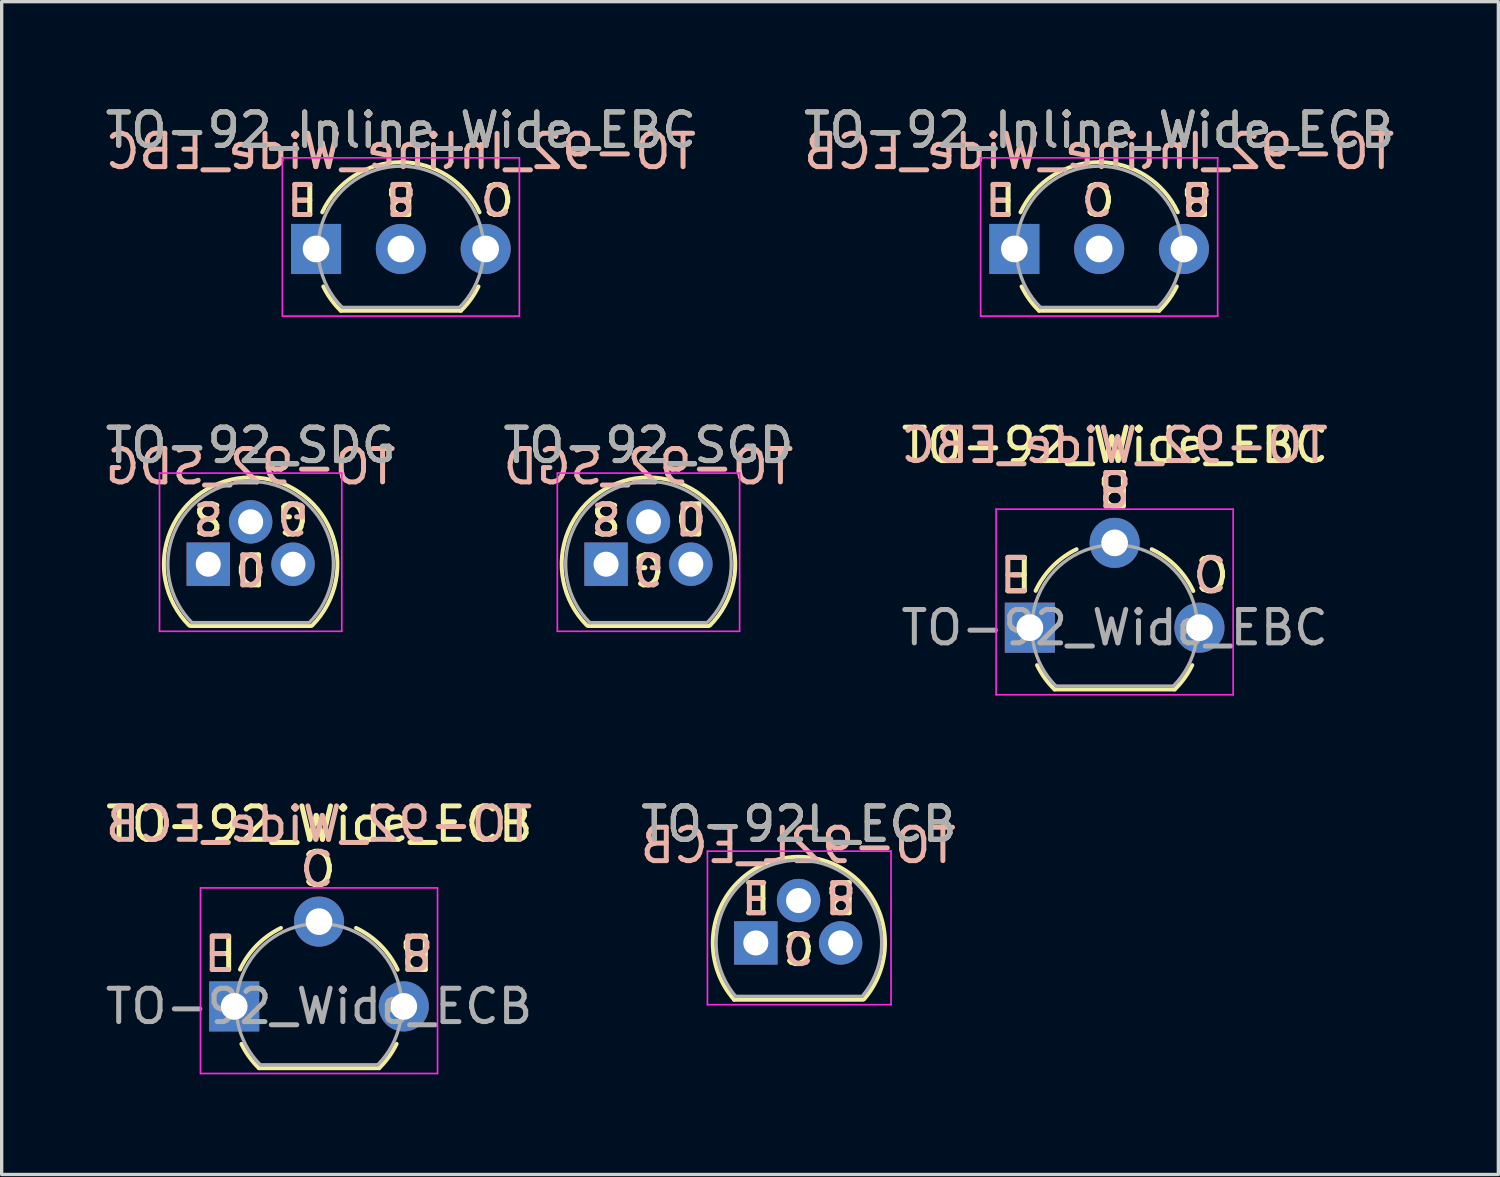
<source format=kicad_pcb>
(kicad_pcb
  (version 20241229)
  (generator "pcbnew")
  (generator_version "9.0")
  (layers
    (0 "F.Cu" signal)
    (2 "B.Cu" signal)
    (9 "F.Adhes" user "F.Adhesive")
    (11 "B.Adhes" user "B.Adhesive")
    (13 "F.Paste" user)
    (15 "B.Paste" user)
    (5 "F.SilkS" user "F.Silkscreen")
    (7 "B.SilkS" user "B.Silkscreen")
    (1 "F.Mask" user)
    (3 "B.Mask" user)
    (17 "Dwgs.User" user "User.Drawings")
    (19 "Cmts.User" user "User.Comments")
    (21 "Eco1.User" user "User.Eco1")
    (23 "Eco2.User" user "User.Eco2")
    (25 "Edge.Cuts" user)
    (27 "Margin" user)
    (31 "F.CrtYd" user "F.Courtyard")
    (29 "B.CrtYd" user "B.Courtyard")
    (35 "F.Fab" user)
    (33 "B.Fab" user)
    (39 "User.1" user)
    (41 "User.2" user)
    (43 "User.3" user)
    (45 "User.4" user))
  (footprint "TO-92_Wide_ECB"
    (layer "F.Cu")
    (at 3.966 27.097)
    (property "Reference" "TO-92_Wide_ECB" (at 2.55 -5.461 0) (layer "F.SilkS") (effects (font (size 1 1) (thickness 0.15))))
    (fp_line (start 0.74 1.85) (end 4.34 1.85) (stroke (width 0.12) (type solid)) (layer "F.SilkS"))
    (fp_arc (start 0.172801 -1.103842) (mid 0.678995 -1.832692) (end 1.4 -2.35) (stroke (width 0.12) (type solid)) (layer "F.SilkS"))
    (fp_arc (start 0.74 1.85) (mid 0.446097 1.509328) (end 0.215816 1.122795) (stroke (width 0.12) (type solid)) (layer "F.SilkS"))
    (fp_arc (start 3.65 -2.35) (mid 4.382279 -1.833196) (end 4.895458 -1.098371) (stroke (width 0.12) (type solid)) (layer "F.SilkS"))
    (fp_arc (start 4.864184 1.122795) (mid 4.633903 1.509328) (end 4.34 1.85) (stroke (width 0.12) (type solid)) (layer "F.SilkS"))
    (fp_line (start -1.01 -3.55) (end -1.01 2.01) (stroke (width 0.05) (type solid)) (layer "F.CrtYd"))
    (fp_line (start -1.01 -3.55) (end 6.09 -3.55) (stroke (width 0.05) (type solid)) (layer "F.CrtYd"))
    (fp_line (start 6.09 2.01) (end -1.01 2.01) (stroke (width 0.05) (type solid)) (layer "F.CrtYd"))
    (fp_line (start 6.09 2.01) (end 6.09 -3.55) (stroke (width 0.05) (type solid)) (layer "F.CrtYd"))
    (fp_line (start 0.8 1.75) (end 4.3 1.75) (stroke (width 0.1) (type solid)) (layer "F.Fab"))
    (fp_arc (start 0.786375 1.753625) (mid 0.248779 -0.949055) (end 2.54 -2.48) (stroke (width 0.1) (type solid)) (layer "F.Fab"))
    (fp_arc (start 2.54 -2.48) (mid 4.831221 -0.949055) (end 4.293625 1.753625) (stroke (width 0.1) (type solid)) (layer "F.Fab"))
    (fp_text user "E" (at -0.381 -1.651 180) (unlocked yes) (layer "F.SilkS") (effects (font (size 1 1) (thickness 0.15))))
    (fp_text user "C" (at 2.54 -4.191 180) (unlocked yes) (layer "F.SilkS") (effects (font (size 1 1) (thickness 0.15))))
    (fp_text user "B" (at 5.461 -1.651 180) (unlocked yes) (layer "F.SilkS") (effects (font (size 1 1) (thickness 0.15))))
    (fp_text user "C" (at 2.477 -4.191 180) (unlocked yes) (layer "B.SilkS") (effects (font (size 1 1) (thickness 0.15)) (justify mirror)))
    (fp_text user "${REFERENCE}" (at 2.54 -5.461 0) (layer "B.SilkS") (effects (font (size 1 1) (thickness 0.15)) (justify mirror)))
    (fp_text user "B" (at 5.461 -1.651 180) (unlocked yes) (layer "B.SilkS") (effects (font (size 1 1) (thickness 0.15)) (justify mirror)))
    (fp_text user "E" (at -0.445 -1.651 180) (unlocked yes) (layer "B.SilkS") (effects (font (size 1 1) (thickness 0.15)) (justify mirror)))
    (fp_text user "${REFERENCE}" (at 2.54 0 0) (layer "F.Fab") (effects (font (size 1 1) (thickness 0.15))))
    (pad "1" thru_hole rect (at 0 0 90) (size 1.5 1.5) (drill 0.8) (layers "*.Cu" "*.Mask"))
    (pad "2" thru_hole circle (at 2.54 -2.54 90) (size 1.5 1.5) (drill 0.8) (layers "*.Cu" "*.Mask"))
    (pad "3" thru_hole circle (at 5.08 0 90) (size 1.5 1.5) (drill 0.8) (layers "*.Cu" "*.Mask")))
  (footprint "TO-92_SGD"
    (layer "F.Cu")
    (at 15.105 13.851)
    (property "Reference" "TO-92_SGD" (at 1.27 -3.56 0) (layer "F.SilkS") (effects (font (size 1 1) (thickness 0.15))))
    (fp_line (start -0.53 1.85) (end 3.07 1.85) (stroke (width 0.12) (type solid)) (layer "F.SilkS"))
    (fp_arc (start -0.568478 1.838478) (mid -1.132087 -0.994977) (end 1.27 -2.6) (stroke (width 0.12) (type solid)) (layer "F.SilkS"))
    (fp_arc (start 1.27 -2.6) (mid 3.672087 -0.994977) (end 3.108478 1.838478) (stroke (width 0.12) (type solid)) (layer "F.SilkS"))
    (fp_line (start -1.46 -2.73) (end -1.46 2.01) (stroke (width 0.05) (type solid)) (layer "F.CrtYd"))
    (fp_line (start -1.46 -2.73) (end 4 -2.73) (stroke (width 0.05) (type solid)) (layer "F.CrtYd"))
    (fp_line (start 4 2.01) (end -1.46 2.01) (stroke (width 0.05) (type solid)) (layer "F.CrtYd"))
    (fp_line (start 4 2.01) (end 4 -2.73) (stroke (width 0.05) (type solid)) (layer "F.CrtYd"))
    (fp_line (start -0.5 1.75) (end 3 1.75) (stroke (width 0.1) (type solid)) (layer "F.Fab"))
    (fp_arc (start -0.483625 1.753625) (mid -1.021221 -0.949055) (end 1.27 -2.48) (stroke (width 0.1) (type solid)) (layer "F.Fab"))
    (fp_arc (start 1.27 -2.48) (mid 3.561221 -0.949055) (end 3.023625 1.753625) (stroke (width 0.1) (type solid)) (layer "F.Fab"))
    (fp_text user "D" (at 2.54 -1.397 180) (unlocked yes) (layer "F.SilkS") (effects (font (size 0.9 0.9) (thickness 0.15))))
    (fp_text user "G" (at 1.27 0.127 180) (unlocked yes) (layer "F.SilkS") (effects (font (size 0.9 0.9) (thickness 0.15))))
    (fp_text user "S" (at 0 -1.397 180) (unlocked yes) (layer "F.SilkS") (effects (font (size 0.9 0.9) (thickness 0.15))))
    (fp_text user "S" (at 0 -1.397 180) (unlocked yes) (layer "B.SilkS") (effects (font (size 0.9 0.9) (thickness 0.15)) (justify mirror)))
    (fp_text user "G" (at 1.27 0.127 180) (unlocked yes) (layer "B.SilkS") (effects (font (size 0.9 0.9) (thickness 0.15)) (justify mirror)))
    (fp_text user "D" (at 2.54 -1.397 180) (unlocked yes) (layer "B.SilkS") (effects (font (size 0.9 0.9) (thickness 0.15)) (justify mirror)))
    (fp_text user "${REFERENCE}" (at 1.27 -2.921 0) (layer "B.SilkS") (effects (font (size 1 1) (thickness 0.15)) (justify mirror)))
    (fp_text user "${REFERENCE}" (at 1.27 -3.56 0) (layer "F.Fab") (effects (font (size 1 1) (thickness 0.15))))
    (pad "1" thru_hole rect (at 0 0 90) (size 1.3 1.3) (drill 0.75) (layers "*.Cu" "*.Mask"))
    (pad "2" thru_hole circle (at 1.27 -1.27 90) (size 1.3 1.3) (drill 0.75) (layers "*.Cu" "*.Mask"))
    (pad "3" thru_hole circle (at 2.54 0 90) (size 1.3 1.3) (drill 0.75) (layers "*.Cu" "*.Mask")))
  (footprint "TO-92_SDG"
    (layer "F.Cu")
    (at 3.188 13.851)
    (property "Reference" "TO-92_SDG" (at 1.27 -3.56 0) (layer "F.SilkS") (effects (font (size 1 1) (thickness 0.15))))
    (fp_line (start -0.53 1.85) (end 3.07 1.85) (stroke (width 0.12) (type solid)) (layer "F.SilkS"))
    (fp_arc (start -0.568478 1.838478) (mid -1.132087 -0.994977) (end 1.27 -2.6) (stroke (width 0.12) (type solid)) (layer "F.SilkS"))
    (fp_arc (start 1.27 -2.6) (mid 3.672087 -0.994977) (end 3.108478 1.838478) (stroke (width 0.12) (type solid)) (layer "F.SilkS"))
    (fp_line (start -1.46 -2.73) (end -1.46 2.01) (stroke (width 0.05) (type solid)) (layer "F.CrtYd"))
    (fp_line (start -1.46 -2.73) (end 4 -2.73) (stroke (width 0.05) (type solid)) (layer "F.CrtYd"))
    (fp_line (start 4 2.01) (end -1.46 2.01) (stroke (width 0.05) (type solid)) (layer "F.CrtYd"))
    (fp_line (start 4 2.01) (end 4 -2.73) (stroke (width 0.05) (type solid)) (layer "F.CrtYd"))
    (fp_line (start -0.5 1.75) (end 3 1.75) (stroke (width 0.1) (type solid)) (layer "F.Fab"))
    (fp_arc (start -0.483625 1.753625) (mid -1.021221 -0.949055) (end 1.27 -2.48) (stroke (width 0.1) (type solid)) (layer "F.Fab"))
    (fp_arc (start 1.27 -2.48) (mid 3.561221 -0.949055) (end 3.023625 1.753625) (stroke (width 0.1) (type solid)) (layer "F.Fab"))
    (fp_text user "G" (at 2.54 -1.397 180) (unlocked yes) (layer "F.SilkS") (effects (font (size 0.9 0.9) (thickness 0.15))))
    (fp_text user "D" (at 1.27 0.127 180) (unlocked yes) (layer "F.SilkS") (effects (font (size 0.9 0.9) (thickness 0.15))))
    (fp_text user "S" (at 0 -1.397 180) (unlocked yes) (layer "F.SilkS") (effects (font (size 0.9 0.9) (thickness 0.15))))
    (fp_text user "G" (at 2.54 -1.397 180) (unlocked yes) (layer "B.SilkS") (effects (font (size 0.9 0.9) (thickness 0.15)) (justify mirror)))
    (fp_text user "${REFERENCE}" (at 1.27 -2.921 0) (layer "B.SilkS") (effects (font (size 1 1) (thickness 0.15)) (justify mirror)))
    (fp_text user "D" (at 1.27 0.127 180) (unlocked yes) (layer "B.SilkS") (effects (font (size 0.9 0.9) (thickness 0.15)) (justify mirror)))
    (fp_text user "S" (at 0 -1.397 180) (unlocked yes) (layer "B.SilkS") (effects (font (size 0.9 0.9) (thickness 0.15)) (justify mirror)))
    (fp_text user "${REFERENCE}" (at 1.27 -3.56 0) (layer "F.Fab") (effects (font (size 1 1) (thickness 0.15))))
    (pad "1" thru_hole rect (at 0 0 90) (size 1.3 1.3) (drill 0.75) (layers "*.Cu" "*.Mask"))
    (pad "2" thru_hole circle (at 1.27 -1.27 90) (size 1.3 1.3) (drill 0.75) (layers "*.Cu" "*.Mask"))
    (pad "3" thru_hole circle (at 2.54 0 90) (size 1.3 1.3) (drill 0.75) (layers "*.Cu" "*.Mask")))
  (footprint "TO-92_Inline_Wide_EBC"
    (layer "F.Cu")
    (at 6.418 4.408)
    (property "Reference" "TO-92_Inline_Wide_EBC" (at 2.54 -3.56 0) (layer "F.SilkS") (effects (font (size 1 1) (thickness 0.15))))
    (fp_line (start 0.74 1.85) (end 4.34 1.85) (stroke (width 0.12) (type solid)) (layer "F.SilkS"))
    (fp_arc (start 0.1836 -1.098807) (mid 1.143021 -2.192817) (end 2.54 -2.6) (stroke (width 0.12) (type solid)) (layer "F.SilkS"))
    (fp_arc (start 0.74 1.85) (mid 0.446097 1.509328) (end 0.215816 1.122795) (stroke (width 0.12) (type solid)) (layer "F.SilkS"))
    (fp_arc (start 2.54 -2.6) (mid 3.936979 -2.192818) (end 4.8964 -1.098807) (stroke (width 0.12) (type solid)) (layer "F.SilkS"))
    (fp_arc (start 4.864184 1.122795) (mid 4.633903 1.509328) (end 4.34 1.85) (stroke (width 0.12) (type solid)) (layer "F.SilkS"))
    (fp_line (start -1.01 -2.73) (end -1.01 2.01) (stroke (width 0.05) (type solid)) (layer "F.CrtYd"))
    (fp_line (start -1.01 -2.73) (end 6.09 -2.73) (stroke (width 0.05) (type solid)) (layer "F.CrtYd"))
    (fp_line (start 6.09 2.01) (end -1.01 2.01) (stroke (width 0.05) (type solid)) (layer "F.CrtYd"))
    (fp_line (start 6.09 2.01) (end 6.09 -2.73) (stroke (width 0.05) (type solid)) (layer "F.CrtYd"))
    (fp_line (start 0.8 1.75) (end 4.3 1.75) (stroke (width 0.1) (type solid)) (layer "F.Fab"))
    (fp_arc (start 0.786375 1.753625) (mid 0.248779 -0.949055) (end 2.54 -2.48) (stroke (width 0.1) (type solid)) (layer "F.Fab"))
    (fp_arc (start 2.54 -2.48) (mid 4.831221 -0.949055) (end 4.293625 1.753625) (stroke (width 0.1) (type solid)) (layer "F.Fab"))
    (fp_text user "B" (at 2.54 -1.524 180) (unlocked yes) (layer "F.SilkS") (effects (font (size 0.9 0.9) (thickness 0.15))))
    (fp_text user "C" (at 5.461 -1.524 180) (unlocked yes) (layer "F.SilkS") (effects (font (size 0.9 0.9) (thickness 0.15))))
    (fp_text user "E" (at -0.381 -1.524 180) (unlocked yes) (layer "F.SilkS") (effects (font (size 0.9 0.9) (thickness 0.15))))
    (fp_text user "B" (at 2.54 -1.524 180) (unlocked yes) (layer "B.SilkS") (effects (font (size 0.9 0.9) (thickness 0.15)) (justify mirror)))
    (fp_text user "E" (at -0.445 -1.524 180) (unlocked yes) (layer "B.SilkS") (effects (font (size 0.9 0.9) (thickness 0.15)) (justify mirror)))
    (fp_text user "${REFERENCE}" (at 2.54 -2.921 0) (layer "B.SilkS") (effects (font (size 1 1) (thickness 0.15)) (justify mirror)))
    (fp_text user "C" (at 5.397 -1.524 180) (unlocked yes) (layer "B.SilkS") (effects (font (size 0.9 0.9) (thickness 0.15)) (justify mirror)))
    (fp_text user "${REFERENCE}" (at 2.54 -3.56 0) (layer "F.Fab") (effects (font (size 1 1) (thickness 0.15))))
    (pad "1" thru_hole rect (at 0 0 90) (size 1.5 1.5) (drill 0.8) (layers "*.Cu" "*.Mask"))
    (pad "2" thru_hole circle (at 2.54 0 90) (size 1.5 1.5) (drill 0.8) (layers "*.Cu" "*.Mask"))
    (pad "3" thru_hole circle (at 5.08 0 90) (size 1.5 1.5) (drill 0.8) (layers "*.Cu" "*.Mask")))
  (footprint "TO-92_Wide_EBC"
    (layer "F.Cu")
    (at 27.799 15.752)
    (property "Reference" "TO-92_Wide_EBC" (at 2.55 -5.461 0) (layer "F.SilkS") (effects (font (size 1 1) (thickness 0.15))))
    (fp_line (start 0.74 1.85) (end 4.34 1.85) (stroke (width 0.12) (type solid)) (layer "F.SilkS"))
    (fp_arc (start 0.172801 -1.103842) (mid 0.678995 -1.832692) (end 1.4 -2.35) (stroke (width 0.12) (type solid)) (layer "F.SilkS"))
    (fp_arc (start 0.74 1.85) (mid 0.446097 1.509328) (end 0.215816 1.122795) (stroke (width 0.12) (type solid)) (layer "F.SilkS"))
    (fp_arc (start 3.65 -2.35) (mid 4.382279 -1.833196) (end 4.895458 -1.098371) (stroke (width 0.12) (type solid)) (layer "F.SilkS"))
    (fp_arc (start 4.864184 1.122795) (mid 4.633903 1.509328) (end 4.34 1.85) (stroke (width 0.12) (type solid)) (layer "F.SilkS"))
    (fp_line (start -1.01 -3.55) (end -1.01 2.01) (stroke (width 0.05) (type solid)) (layer "F.CrtYd"))
    (fp_line (start -1.01 -3.55) (end 6.09 -3.55) (stroke (width 0.05) (type solid)) (layer "F.CrtYd"))
    (fp_line (start 6.09 2.01) (end -1.01 2.01) (stroke (width 0.05) (type solid)) (layer "F.CrtYd"))
    (fp_line (start 6.09 2.01) (end 6.09 -3.55) (stroke (width 0.05) (type solid)) (layer "F.CrtYd"))
    (fp_line (start 0.8 1.75) (end 4.3 1.75) (stroke (width 0.1) (type solid)) (layer "F.Fab"))
    (fp_arc (start 0.786375 1.753625) (mid 0.248779 -0.949055) (end 2.54 -2.48) (stroke (width 0.1) (type solid)) (layer "F.Fab"))
    (fp_arc (start 2.54 -2.48) (mid 4.831221 -0.949055) (end 4.293625 1.753625) (stroke (width 0.1) (type solid)) (layer "F.Fab"))
    (fp_text user "B" (at 2.54 -4.191 180) (unlocked yes) (layer "F.SilkS") (effects (font (size 1 1) (thickness 0.15))))
    (fp_text user "E" (at -0.381 -1.651 180) (unlocked yes) (layer "F.SilkS") (effects (font (size 1 1) (thickness 0.15))))
    (fp_text user "C" (at 5.461 -1.651 180) (unlocked yes) (layer "F.SilkS") (effects (font (size 1 1) (thickness 0.15))))
    (fp_text user "B" (at 2.54 -4.191 180) (unlocked yes) (layer "B.SilkS") (effects (font (size 1 1) (thickness 0.15)) (justify mirror)))
    (fp_text user "C" (at 5.397 -1.651 180) (unlocked yes) (layer "B.SilkS") (effects (font (size 1 1) (thickness 0.15)) (justify mirror)))
    (fp_text user "${REFERENCE}" (at 2.54 -5.461 0) (layer "B.SilkS") (effects (font (size 1 1) (thickness 0.15)) (justify mirror)))
    (fp_text user "E" (at -0.445 -1.651 180) (unlocked yes) (layer "B.SilkS") (effects (font (size 1 1) (thickness 0.15)) (justify mirror)))
    (fp_text user "${REFERENCE}" (at 2.54 0 0) (layer "F.Fab") (effects (font (size 1 1) (thickness 0.15))))
    (pad "1" thru_hole rect (at 0 0 90) (size 1.5 1.5) (drill 0.8) (layers "*.Cu" "*.Mask"))
    (pad "2" thru_hole circle (at 2.54 -2.54 90) (size 1.5 1.5) (drill 0.8) (layers "*.Cu" "*.Mask"))
    (pad "3" thru_hole circle (at 5.08 0 90) (size 1.5 1.5) (drill 0.8) (layers "*.Cu" "*.Mask")))
  (footprint "TO-92L_ECB"
    (layer "F.Cu")
    (at 19.591 25.196)
    (property "Reference" "TO-92L_ECB" (at 1.29 -3.56 0) (layer "F.SilkS") (effects (font (size 1 1) (thickness 0.15))))
    (fp_line (start -0.65 1.7) (end 3.2 1.7) (stroke (width 0.12) (type solid)) (layer "F.SilkS"))
    (fp_arc (start -0.65 1.7) (mid 1.283448 -2.579449) (end 3.238611 1.690122) (stroke (width 0.12) (type solid)) (layer "F.SilkS"))
    (fp_line (start -1.45 -2.75) (end -1.45 1.85) (stroke (width 0.05) (type solid)) (layer "F.CrtYd"))
    (fp_line (start -1.45 -2.75) (end 4.05 -2.75) (stroke (width 0.05) (type solid)) (layer "F.CrtYd"))
    (fp_line (start 4.05 1.85) (end -1.45 1.85) (stroke (width 0.05) (type solid)) (layer "F.CrtYd"))
    (fp_line (start 4.05 1.85) (end 4.05 -2.75) (stroke (width 0.05) (type solid)) (layer "F.CrtYd"))
    (fp_line (start -0.6 1.6) (end 3.15 1.6) (stroke (width 0.1) (type solid)) (layer "F.Fab"))
    (fp_arc (start -0.602818 1.602385) (mid -0.959924 -1.043188) (end 1.29 -2.48) (stroke (width 0.1) (type solid)) (layer "F.Fab"))
    (fp_arc (start 1.29 -2.48) (mid 3.537211 -1.049019) (end 3.191103 1.592547) (stroke (width 0.1) (type solid)) (layer "F.Fab"))
    (fp_text user "C" (at 1.29 0.127 180) (unlocked yes) (layer "F.SilkS") (effects (font (size 0.9 0.9) (thickness 0.15))))
    (fp_text user "B" (at 2.56 -1.397 180) (unlocked yes) (layer "F.SilkS") (effects (font (size 0.9 0.9) (thickness 0.15))))
    (fp_text user "E" (at 0.02 -1.397 180) (unlocked yes) (layer "F.SilkS") (effects (font (size 0.9 0.9) (thickness 0.15))))
    (fp_text user "${REFERENCE}" (at 1.27 -2.921 0) (layer "B.SilkS") (effects (font (size 1 1) (thickness 0.15)) (justify mirror)))
    (fp_text user "C" (at 1.27 0.127 180) (unlocked yes) (layer "B.SilkS") (effects (font (size 0.9 0.9) (thickness 0.15)) (justify mirror)))
    (fp_text user "B" (at 2.54 -1.397 180) (unlocked yes) (layer "B.SilkS") (effects (font (size 0.9 0.9) (thickness 0.15)) (justify mirror)))
    (fp_text user "E" (at 0 -1.397 180) (unlocked yes) (layer "B.SilkS") (effects (font (size 0.9 0.9) (thickness 0.15)) (justify mirror)))
    (fp_text user "${REFERENCE}" (at 1.29 -3.56 0) (layer "F.Fab") (effects (font (size 1 1) (thickness 0.15))))
    (pad "1" thru_hole rect (at 0 0 90) (size 1.3 1.3) (drill 0.75) (layers "*.Cu" "*.Mask"))
    (pad "2" thru_hole circle (at 1.28 -1.27 90) (size 1.3 1.3) (drill 0.75) (layers "*.Cu" "*.Mask"))
    (pad "3" thru_hole circle (at 2.54 0 90) (size 1.3 1.3) (drill 0.75) (layers "*.Cu" "*.Mask")))
  (footprint "TO-92_Inline_Wide_ECB"
    (layer "F.Cu")
    (at 27.335 4.408)
    (property "Reference" "TO-92_Inline_Wide_ECB" (at 2.54 -3.56 0) (layer "F.SilkS") (effects (font (size 1 1) (thickness 0.15))))
    (fp_line (start 0.74 1.85) (end 4.34 1.85) (stroke (width 0.12) (type solid)) (layer "F.SilkS"))
    (fp_arc (start 0.1836 -1.098807) (mid 1.143021 -2.192817) (end 2.54 -2.6) (stroke (width 0.12) (type solid)) (layer "F.SilkS"))
    (fp_arc (start 0.74 1.85) (mid 0.446097 1.509328) (end 0.215816 1.122795) (stroke (width 0.12) (type solid)) (layer "F.SilkS"))
    (fp_arc (start 2.54 -2.6) (mid 3.936979 -2.192818) (end 4.8964 -1.098807) (stroke (width 0.12) (type solid)) (layer "F.SilkS"))
    (fp_arc (start 4.864184 1.122795) (mid 4.633903 1.509328) (end 4.34 1.85) (stroke (width 0.12) (type solid)) (layer "F.SilkS"))
    (fp_line (start -1.01 -2.73) (end -1.01 2.01) (stroke (width 0.05) (type solid)) (layer "F.CrtYd"))
    (fp_line (start -1.01 -2.73) (end 6.09 -2.73) (stroke (width 0.05) (type solid)) (layer "F.CrtYd"))
    (fp_line (start 6.09 2.01) (end -1.01 2.01) (stroke (width 0.05) (type solid)) (layer "F.CrtYd"))
    (fp_line (start 6.09 2.01) (end 6.09 -2.73) (stroke (width 0.05) (type solid)) (layer "F.CrtYd"))
    (fp_line (start 0.8 1.75) (end 4.3 1.75) (stroke (width 0.1) (type solid)) (layer "F.Fab"))
    (fp_arc (start 0.786375 1.753625) (mid 0.248779 -0.949055) (end 2.54 -2.48) (stroke (width 0.1) (type solid)) (layer "F.Fab"))
    (fp_arc (start 2.54 -2.48) (mid 4.831221 -0.949055) (end 4.293625 1.753625) (stroke (width 0.1) (type solid)) (layer "F.Fab"))
    (fp_text user "E" (at -0.381 -1.524 180) (unlocked yes) (layer "F.SilkS") (effects (font (size 0.9 0.9) (thickness 0.15))))
    (fp_text user "C" (at 2.54 -1.524 180) (unlocked yes) (layer "F.SilkS") (effects (font (size 0.9 0.9) (thickness 0.15))))
    (fp_text user "B" (at 5.461 -1.524 180) (unlocked yes) (layer "F.SilkS") (effects (font (size 0.9 0.9) (thickness 0.15))))
    (fp_text user "C" (at 2.477 -1.524 180) (unlocked yes) (layer "B.SilkS") (effects (font (size 0.9 0.9) (thickness 0.15)) (justify mirror)))
    (fp_text user "B" (at 5.461 -1.524 180) (unlocked yes) (layer "B.SilkS") (effects (font (size 0.9 0.9) (thickness 0.15)) (justify mirror)))
    (fp_text user "E" (at -0.445 -1.524 180) (unlocked yes) (layer "B.SilkS") (effects (font (size 0.9 0.9) (thickness 0.15)) (justify mirror)))
    (fp_text user "${REFERENCE}" (at 2.54 -2.921 0) (layer "B.SilkS") (effects (font (size 1 1) (thickness 0.15)) (justify mirror)))
    (fp_text user "${REFERENCE}" (at 2.54 -3.56 0) (layer "F.Fab") (effects (font (size 1 1) (thickness 0.15))))
    (pad "1" thru_hole rect (at 0 0 90) (size 1.5 1.5) (drill 0.8) (layers "*.Cu" "*.Mask"))
    (pad "2" thru_hole circle (at 2.54 0 90) (size 1.5 1.5) (drill 0.8) (layers "*.Cu" "*.Mask"))
    (pad "3" thru_hole circle (at 5.08 0 90) (size 1.5 1.5) (drill 0.8) (layers "*.Cu" "*.Mask")))
  (gr_rect
    (start -3 -3)
    (end 41.833 32.132)
    (stroke (width 0.1) (type default))
    (fill no)
    (layer "Edge.Cuts")))
</source>
